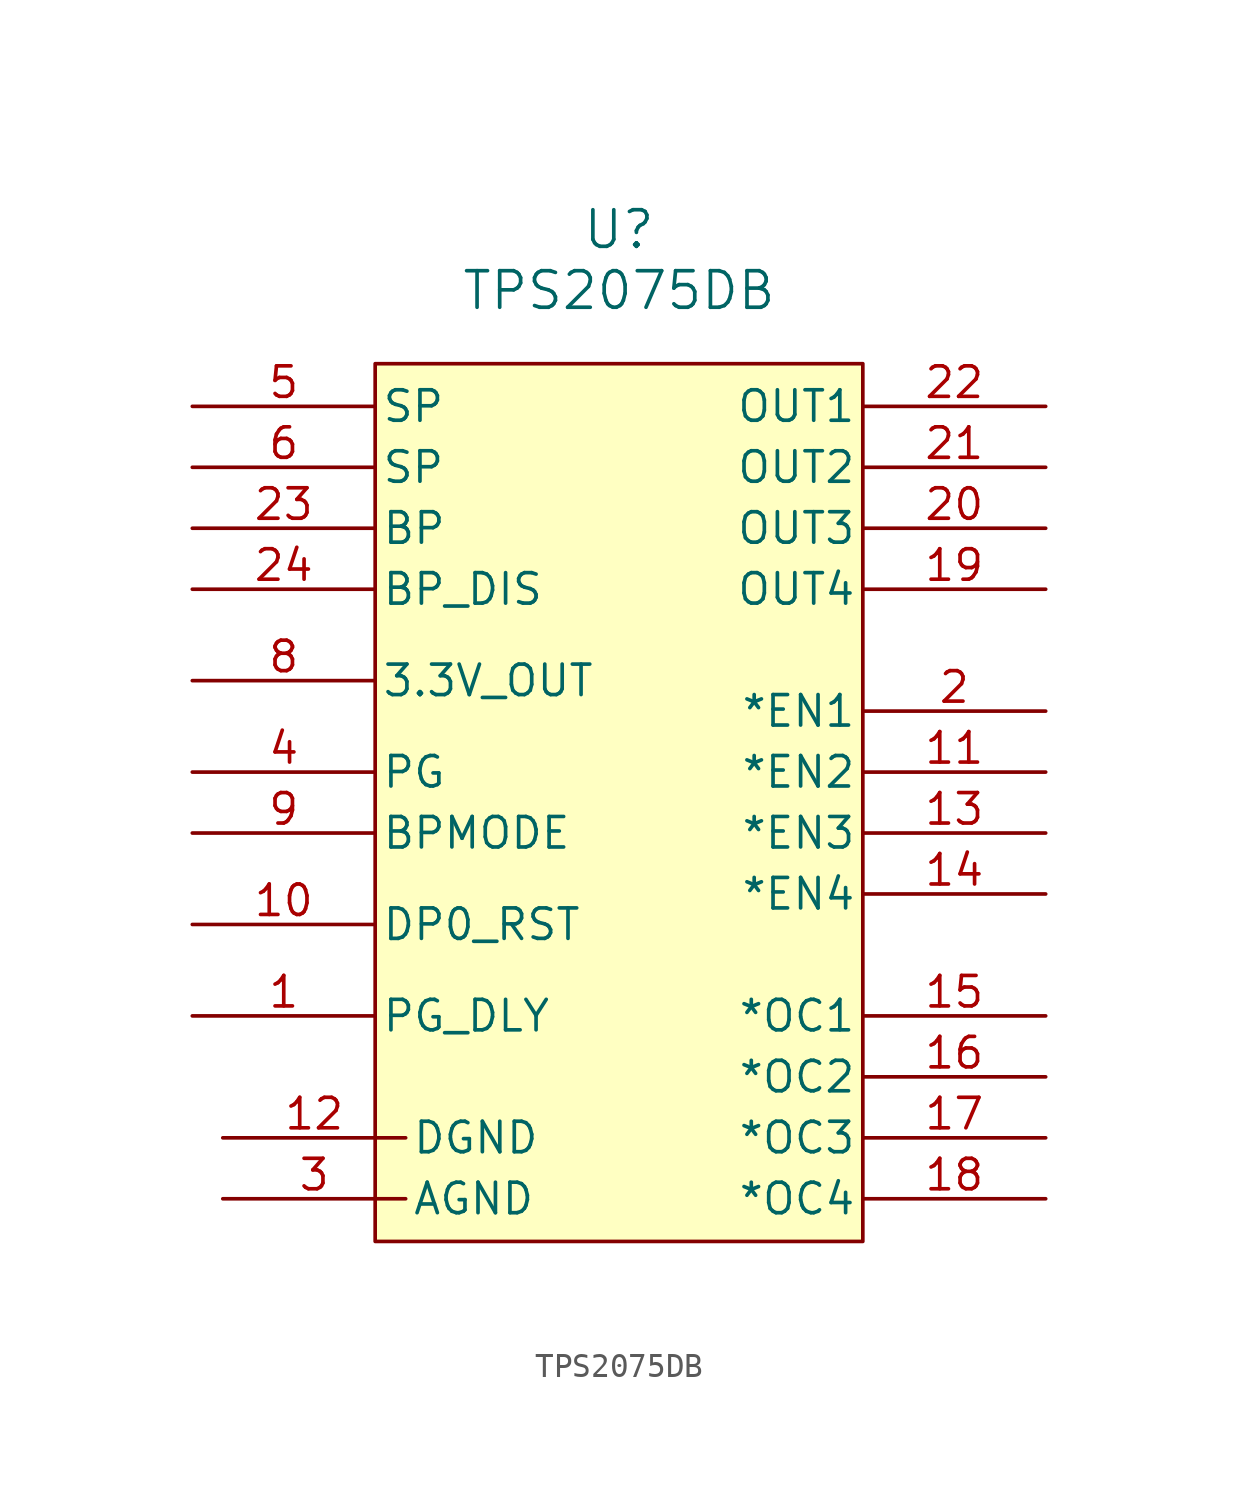
<source format=kicad_sym>
(kicad_symbol_lib
  (version 20241209)
  (generator "kicad_symbol_editor")
  (generator_version "9.0")
  (symbol "TPS2075DB"
    (pin_names
      (offset 0.254))
    (property "Reference" "U"
      (at 0 23.876 0)
      (effects (font (size 1.524 1.524))))
    (property "Value" "TPS2075DB"
      (at 0 21.336 0)
      (effects (font (size 1.524 1.524))))
    (property "ki_locked" ""
      (at 0 0 0)
      (effects (font (size 1.27 1.27))))
    (symbol "TPS2075DB_0_1"
      (pin input line (at -17.78 16.51 0) (length 7.62) (name "SP" (effects (font (size 1.27 1.27)))) (number "5" (effects (font (size 1.27 1.27)))))
      (pin input line (at -17.78 13.97 0) (length 7.62) (name "SP" (effects (font (size 1.27 1.27)))) (number "6" (effects (font (size 1.27 1.27)))))
      (pin input line (at -17.78 11.43 0) (length 7.62) (name "BP" (effects (font (size 1.27 1.27)))) (number "23" (effects (font (size 1.27 1.27)))))
      (pin input line (at -17.78 8.89 0) (length 7.62) (name "BP_DIS" (effects (font (size 1.27 1.27)))) (number "24" (effects (font (size 1.27 1.27)))))
      (pin output line (at -17.78 5.08 0) (length 7.62) (name "3.3V_OUT" (effects (font (size 1.27 1.27)))) (number "8" (effects (font (size 1.27 1.27)))))
      (pin output line (at -17.78 1.27 0) (length 7.62) (name "PG" (effects (font (size 1.27 1.27)))) (number "4" (effects (font (size 1.27 1.27)))))
      (pin output line (at -17.78 -5.08 0) (length 7.62) (name "DP0_RST" (effects (font (size 1.27 1.27)))) (number "10" (effects (font (size 1.27 1.27)))))
      (pin unspecified line (at -17.78 -8.89 0) (length 7.62) (name "PG_DLY" (effects (font (size 1.27 1.27)))) (number "1" (effects (font (size 1.27 1.27)))))
      (pin power_in line (at -16.51 -13.97 0) (length 7.62) (name "DGND" (effects (font (size 1.27 1.27)))) (number "12" (effects (font (size 1.27 1.27)))))
      (pin power_in line (at -16.51 -16.51 0) (length 7.62) (name "AGND" (effects (font (size 1.27 1.27)))) (number "3" (effects (font (size 1.27 1.27)))))
      (pin output line (at 17.78 16.51 180) (length 7.62) (name "OUT1" (effects (font (size 1.27 1.27)))) (number "22" (effects (font (size 1.27 1.27)))))
      (pin output line (at 17.78 13.97 180) (length 7.62) (name "OUT2" (effects (font (size 1.27 1.27)))) (number "21" (effects (font (size 1.27 1.27)))))
      (pin output line (at 17.78 11.43 180) (length 7.62) (name "OUT3" (effects (font (size 1.27 1.27)))) (number "20" (effects (font (size 1.27 1.27)))))
      (pin output line (at 17.78 8.89 180) (length 7.62) (name "OUT4" (effects (font (size 1.27 1.27)))) (number "19" (effects (font (size 1.27 1.27)))))
      (pin input line (at 17.78 3.81 180) (length 7.62) (name "*EN1" (effects (font (size 1.27 1.27)))) (number "2" (effects (font (size 1.27 1.27)))))
      (pin input line (at 17.78 1.27 180) (length 7.62) (name "*EN2" (effects (font (size 1.27 1.27)))) (number "11" (effects (font (size 1.27 1.27)))))
      (pin input line (at 17.78 -1.27 180) (length 7.62) (name "*EN3" (effects (font (size 1.27 1.27)))) (number "13" (effects (font (size 1.27 1.27)))))
      (pin input line (at 17.78 -3.81 180) (length 7.62) (name "*EN4" (effects (font (size 1.27 1.27)))) (number "14" (effects (font (size 1.27 1.27)))))
      (pin output line (at 17.78 -8.89 180) (length 7.62) (name "*OC1" (effects (font (size 1.27 1.27)))) (number "15" (effects (font (size 1.27 1.27)))))
      (pin output line (at 17.78 -11.43 180) (length 7.62) (name "*OC2" (effects (font (size 1.27 1.27)))) (number "16" (effects (font (size 1.27 1.27)))))
      (pin output line (at 17.78 -13.97 180) (length 7.62) (name "*OC3" (effects (font (size 1.27 1.27)))) (number "17" (effects (font (size 1.27 1.27)))))
      (pin output line (at 17.78 -16.51 180) (length 7.62) (name "*OC4" (effects (font (size 1.27 1.27)))) (number "18" (effects (font (size 1.27 1.27))))))
    (symbol "TPS2075DB_1_1"
      (rectangle (start -10.16 18.288) (end 10.16 -18.288) (stroke (width 0) (type solid)) (fill (type background)))
      (pin output line (at -17.78 -1.27 0) (length 7.62) (name "BPMODE" (effects (font (size 1.27 1.27)))) (number "9" (effects (font (size 1.27 1.27)))))
      (pin no_connect line (at 0 -15.24 0) (length 7.62) (hide yes) (name "NC" (effects (font (size 1.27 1.27)))) (number "7" (effects (font (size 1.27 1.27))))))))
</source>
